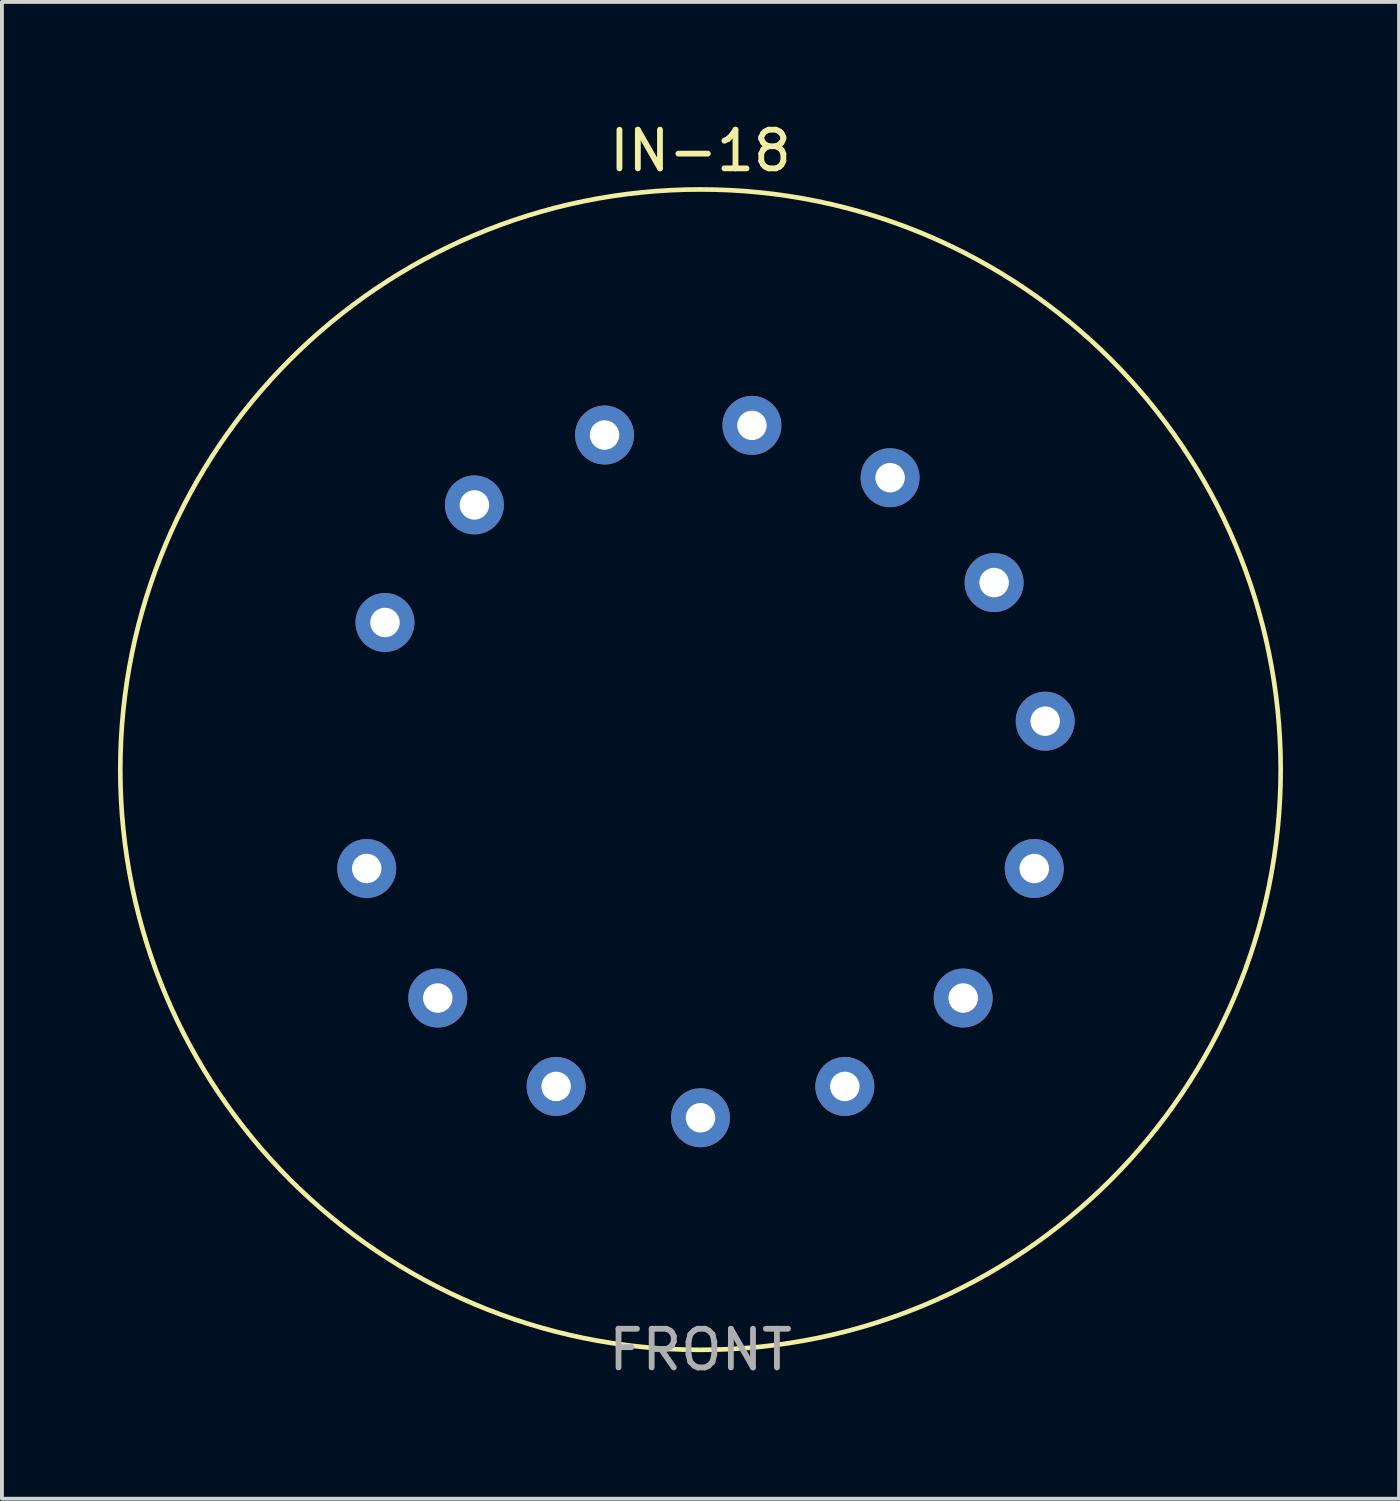
<source format=kicad_pcb>
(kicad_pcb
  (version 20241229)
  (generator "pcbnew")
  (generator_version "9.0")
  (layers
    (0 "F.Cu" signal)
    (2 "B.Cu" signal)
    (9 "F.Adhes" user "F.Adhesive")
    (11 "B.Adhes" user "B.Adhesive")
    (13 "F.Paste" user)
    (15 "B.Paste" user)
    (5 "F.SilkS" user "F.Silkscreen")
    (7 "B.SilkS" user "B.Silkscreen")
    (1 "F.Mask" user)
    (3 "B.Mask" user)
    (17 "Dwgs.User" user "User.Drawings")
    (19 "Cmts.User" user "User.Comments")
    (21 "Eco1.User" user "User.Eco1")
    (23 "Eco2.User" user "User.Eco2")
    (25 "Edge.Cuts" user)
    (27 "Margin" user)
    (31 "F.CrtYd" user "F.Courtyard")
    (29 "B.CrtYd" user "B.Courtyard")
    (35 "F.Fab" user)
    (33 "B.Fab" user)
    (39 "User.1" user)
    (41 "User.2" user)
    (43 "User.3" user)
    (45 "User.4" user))
  (footprint "IN-18"
    (layer "F.Cu")
    (at 15.06 16.848)
    (property "Reference" "IN-18" (at 0 -16 0) (layer "F.SilkS") (effects (font (size 1 1) (thickness 0.15))))
    (attr through_hole)
    (fp_circle (center 0 0) (end 15 0) (stroke (width 0.12) (type solid)) (fill no) (layer "F.SilkS"))
    (fp_text user "FRONT" (at 0 15 0) (layer "F.Fab") (effects (font (size 1 1) (thickness 0.15))))
    (pad "1" thru_hole circle (at -8.629 2.556) (size 1.524 1.524) (drill 0.762) (layers "*.Cu" "*.Mask"))
    (pad "2" thru_hole circle (at -6.792 5.905) (size 1.524 1.524) (drill 0.762) (layers "*.Cu" "*.Mask"))
    (pad "3" thru_hole circle (at -3.732 8.19) (size 1.524 1.524) (drill 0.762) (layers "*.Cu" "*.Mask"))
    (pad "4" thru_hole circle (at 0 9) (size 1.524 1.524) (drill 0.762) (layers "*.Cu" "*.Mask"))
    (pad "5" thru_hole circle (at 3.732 8.19) (size 1.524 1.524) (drill 0.762) (layers "*.Cu" "*.Mask"))
    (pad "6" thru_hole circle (at 6.792 5.905) (size 1.524 1.524) (drill 0.762) (layers "*.Cu" "*.Mask"))
    (pad "7" thru_hole circle (at 8.629 2.556) (size 1.524 1.524) (drill 0.762) (layers "*.Cu" "*.Mask"))
    (pad "8" thru_hole circle (at 8.912 -1.253) (size 1.524 1.524) (drill 0.762) (layers "*.Cu" "*.Mask"))
    (pad "9" thru_hole circle (at 7.591 -4.836) (size 1.524 1.524) (drill 0.762) (layers "*.Cu" "*.Mask"))
    (pad "10" thru_hole circle (at 4.902 -7.548) (size 1.524 1.524) (drill 0.762) (layers "*.Cu" "*.Mask"))
    (pad "11" thru_hole circle (at 1.33 -8.901) (size 1.524 1.524) (drill 0.762) (layers "*.Cu" "*.Mask"))
    (pad "12" thru_hole circle (at -2.481 -8.651) (size 1.524 1.524) (drill 0.762) (layers "*.Cu" "*.Mask"))
    (pad "13" thru_hole circle (at -5.845 -6.844) (size 1.524 1.524) (drill 0.762) (layers "*.Cu" "*.Mask"))
    (pad "14" thru_hole circle (at -8.157 -3.804) (size 1.524 1.524) (drill 0.762) (layers "*.Cu" "*.Mask")))
  (gr_rect
    (start -3 -3)
    (end 33.12 35.697)
    (stroke (width 0.1) (type default))
    (fill no)
    (layer "Edge.Cuts")))
</source>
